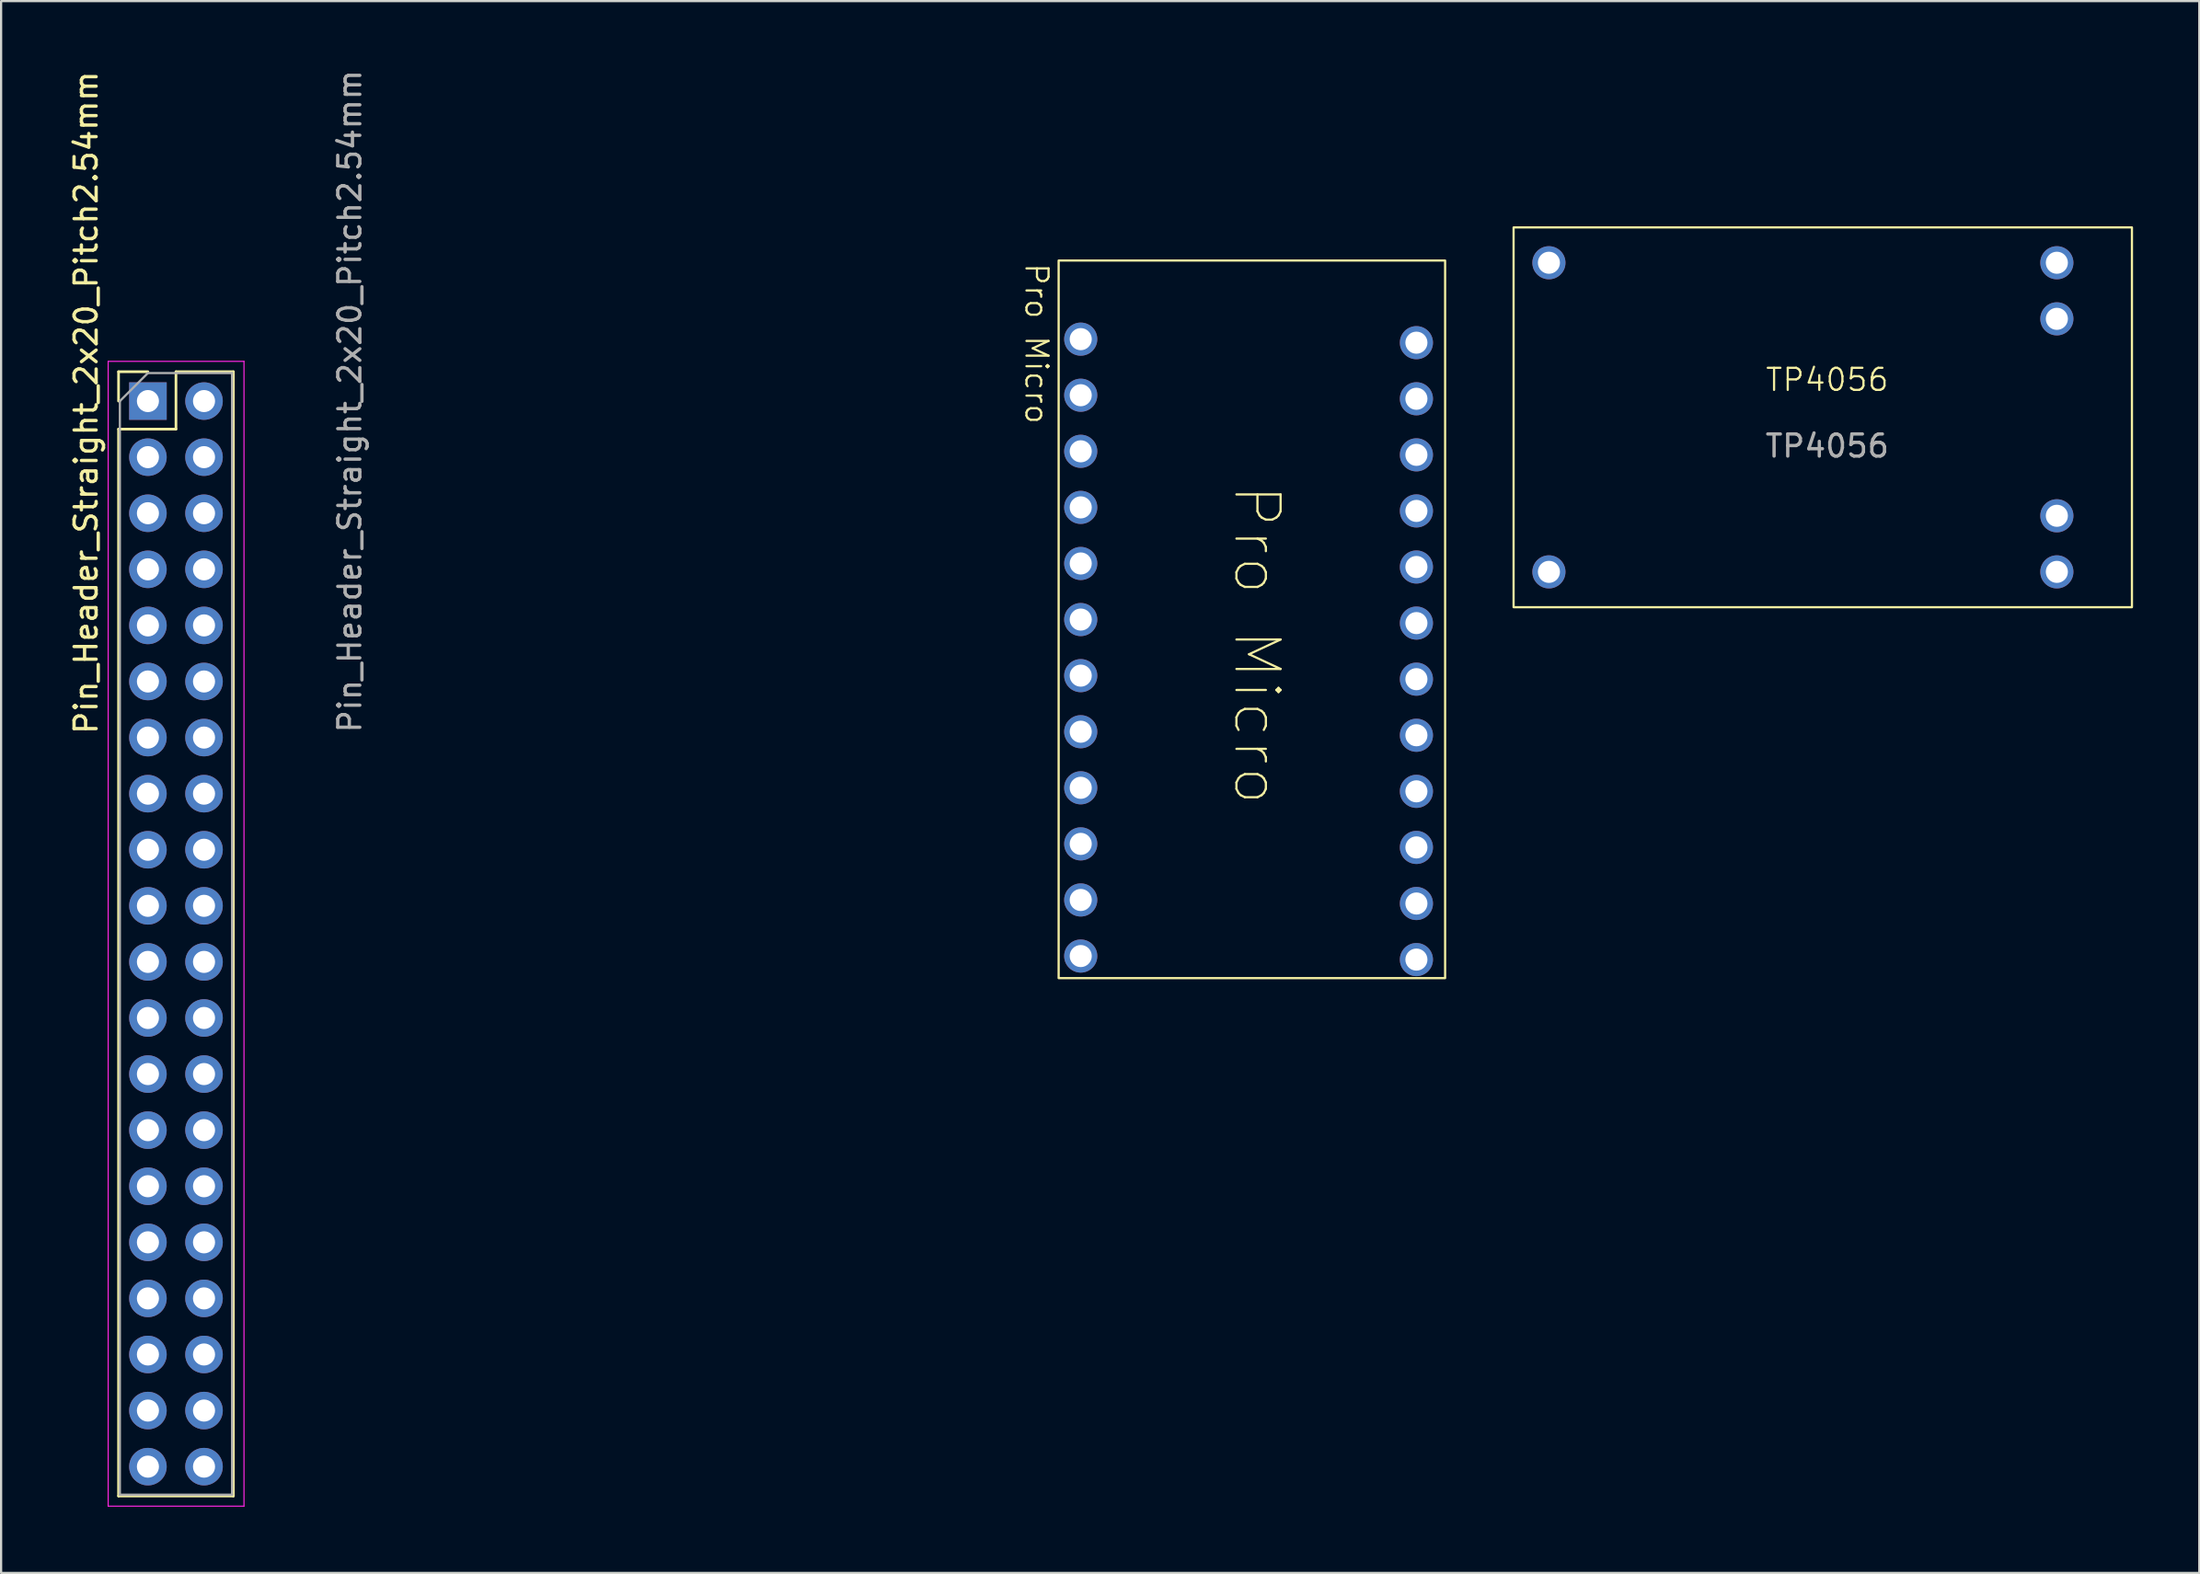
<source format=kicad_pcb>
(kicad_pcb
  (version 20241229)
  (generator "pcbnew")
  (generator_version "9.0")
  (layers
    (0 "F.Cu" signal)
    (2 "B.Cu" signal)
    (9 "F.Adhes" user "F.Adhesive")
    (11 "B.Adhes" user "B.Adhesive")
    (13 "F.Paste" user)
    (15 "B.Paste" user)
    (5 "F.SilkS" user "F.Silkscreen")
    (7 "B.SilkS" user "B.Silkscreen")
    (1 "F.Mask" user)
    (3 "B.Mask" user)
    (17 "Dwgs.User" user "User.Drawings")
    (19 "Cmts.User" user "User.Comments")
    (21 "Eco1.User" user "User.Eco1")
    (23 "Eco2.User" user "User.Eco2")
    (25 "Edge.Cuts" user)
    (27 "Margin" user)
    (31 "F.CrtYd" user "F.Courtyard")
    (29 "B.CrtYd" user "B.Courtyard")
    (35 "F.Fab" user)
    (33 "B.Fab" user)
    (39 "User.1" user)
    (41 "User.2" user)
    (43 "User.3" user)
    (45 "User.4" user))
  (footprint "Pin_Header_Straight_2x20_Pitch2.54mm"
    (layer "F.Cu")
    (at 3.648 15.115)
    (property "Reference" "Pin_Header_Straight_2x20_Pitch2.54mm" (at -2.8 0.07 270) (layer "F.SilkS") (effects (font (size 1 1) (thickness 0.15))))
    (attr through_hole)
    (fp_line (start -1.33 -1.33) (end 0 -1.33) (stroke (width 0.12) (type solid)) (layer "F.SilkS"))
    (fp_line (start -1.33 0) (end -1.33 -1.33) (stroke (width 0.12) (type solid)) (layer "F.SilkS"))
    (fp_line (start -1.33 1.27) (end -1.33 49.59) (stroke (width 0.12) (type solid)) (layer "F.SilkS"))
    (fp_line (start -1.33 1.27) (end 1.27 1.27) (stroke (width 0.12) (type solid)) (layer "F.SilkS"))
    (fp_line (start -1.33 49.59) (end 3.87 49.59) (stroke (width 0.12) (type solid)) (layer "F.SilkS"))
    (fp_line (start 1.27 -1.33) (end 3.87 -1.33) (stroke (width 0.12) (type solid)) (layer "F.SilkS"))
    (fp_line (start 1.27 1.27) (end 1.27 -1.33) (stroke (width 0.12) (type solid)) (layer "F.SilkS"))
    (fp_line (start 3.87 -1.33) (end 3.87 49.59) (stroke (width 0.12) (type solid)) (layer "F.SilkS"))
    (fp_line (start -1.8 -1.8) (end -1.8 50.05) (stroke (width 0.05) (type solid)) (layer "F.CrtYd"))
    (fp_line (start -1.8 50.05) (end 4.35 50.05) (stroke (width 0.05) (type solid)) (layer "F.CrtYd"))
    (fp_line (start 4.35 -1.8) (end -1.8 -1.8) (stroke (width 0.05) (type solid)) (layer "F.CrtYd"))
    (fp_line (start 4.35 50.05) (end 4.35 -1.8) (stroke (width 0.05) (type solid)) (layer "F.CrtYd"))
    (fp_line (start -1.27 0) (end 0 -1.27) (stroke (width 0.1) (type solid)) (layer "F.Fab"))
    (fp_line (start -1.27 49.53) (end -1.27 0) (stroke (width 0.1) (type solid)) (layer "F.Fab"))
    (fp_line (start 0 -1.27) (end 3.81 -1.27) (stroke (width 0.1) (type solid)) (layer "F.Fab"))
    (fp_line (start 3.81 -1.27) (end 3.81 49.53) (stroke (width 0.1) (type solid)) (layer "F.Fab"))
    (fp_line (start 3.81 49.53) (end -1.27 49.53) (stroke (width 0.1) (type solid)) (layer "F.Fab"))
    (fp_text user "${REFERENCE}" (at 9.14 0.01 270) (layer "F.Fab") (effects (font (size 1 1) (thickness 0.15))))
    (pad "1" thru_hole rect (at 0 0) (size 1.7 1.7) (drill 1) (layers "*.Cu" "*.Mask"))
    (pad "2" thru_hole oval (at 2.54 0) (size 1.7 1.7) (drill 1) (layers "*.Cu" "*.Mask"))
    (pad "3" thru_hole oval (at 0 2.54) (size 1.7 1.7) (drill 1) (layers "*.Cu" "*.Mask"))
    (pad "4" thru_hole oval (at 2.54 2.54) (size 1.7 1.7) (drill 1) (layers "*.Cu" "*.Mask"))
    (pad "5" thru_hole oval (at 0 5.08) (size 1.7 1.7) (drill 1) (layers "*.Cu" "*.Mask"))
    (pad "6" thru_hole oval (at 2.54 5.08) (size 1.7 1.7) (drill 1) (layers "*.Cu" "*.Mask"))
    (pad "7" thru_hole oval (at 0 7.62) (size 1.7 1.7) (drill 1) (layers "*.Cu" "*.Mask"))
    (pad "8" thru_hole oval (at 2.54 7.62) (size 1.7 1.7) (drill 1) (layers "*.Cu" "*.Mask"))
    (pad "9" thru_hole oval (at 0 10.16) (size 1.7 1.7) (drill 1) (layers "*.Cu" "*.Mask"))
    (pad "10" thru_hole oval (at 2.54 10.16) (size 1.7 1.7) (drill 1) (layers "*.Cu" "*.Mask"))
    (pad "11" thru_hole oval (at 0 12.7) (size 1.7 1.7) (drill 1) (layers "*.Cu" "*.Mask"))
    (pad "12" thru_hole oval (at 2.54 12.7) (size 1.7 1.7) (drill 1) (layers "*.Cu" "*.Mask"))
    (pad "13" thru_hole oval (at 0 15.24) (size 1.7 1.7) (drill 1) (layers "*.Cu" "*.Mask"))
    (pad "14" thru_hole oval (at 2.54 15.24) (size 1.7 1.7) (drill 1) (layers "*.Cu" "*.Mask"))
    (pad "15" thru_hole oval (at 0 17.78) (size 1.7 1.7) (drill 1) (layers "*.Cu" "*.Mask"))
    (pad "16" thru_hole oval (at 2.54 17.78) (size 1.7 1.7) (drill 1) (layers "*.Cu" "*.Mask"))
    (pad "17" thru_hole oval (at 0 20.32) (size 1.7 1.7) (drill 1) (layers "*.Cu" "*.Mask"))
    (pad "18" thru_hole oval (at 2.54 20.32) (size 1.7 1.7) (drill 1) (layers "*.Cu" "*.Mask"))
    (pad "19" thru_hole oval (at 0 22.86) (size 1.7 1.7) (drill 1) (layers "*.Cu" "*.Mask"))
    (pad "20" thru_hole oval (at 2.54 22.86) (size 1.7 1.7) (drill 1) (layers "*.Cu" "*.Mask"))
    (pad "21" thru_hole oval (at 0 25.4) (size 1.7 1.7) (drill 1) (layers "*.Cu" "*.Mask"))
    (pad "22" thru_hole oval (at 2.54 25.4) (size 1.7 1.7) (drill 1) (layers "*.Cu" "*.Mask"))
    (pad "23" thru_hole oval (at 0 27.94) (size 1.7 1.7) (drill 1) (layers "*.Cu" "*.Mask"))
    (pad "24" thru_hole oval (at 2.54 27.94) (size 1.7 1.7) (drill 1) (layers "*.Cu" "*.Mask"))
    (pad "25" thru_hole oval (at 0 30.48) (size 1.7 1.7) (drill 1) (layers "*.Cu" "*.Mask"))
    (pad "26" thru_hole oval (at 2.54 30.48) (size 1.7 1.7) (drill 1) (layers "*.Cu" "*.Mask"))
    (pad "27" thru_hole oval (at 0 33.02) (size 1.7 1.7) (drill 1) (layers "*.Cu" "*.Mask"))
    (pad "28" thru_hole oval (at 2.54 33.02) (size 1.7 1.7) (drill 1) (layers "*.Cu" "*.Mask"))
    (pad "29" thru_hole oval (at 0 35.56) (size 1.7 1.7) (drill 1) (layers "*.Cu" "*.Mask"))
    (pad "30" thru_hole oval (at 2.54 35.56) (size 1.7 1.7) (drill 1) (layers "*.Cu" "*.Mask"))
    (pad "31" thru_hole oval (at 0 38.1) (size 1.7 1.7) (drill 1) (layers "*.Cu" "*.Mask"))
    (pad "32" thru_hole oval (at 2.54 38.1) (size 1.7 1.7) (drill 1) (layers "*.Cu" "*.Mask"))
    (pad "33" thru_hole oval (at 0 40.64) (size 1.7 1.7) (drill 1) (layers "*.Cu" "*.Mask"))
    (pad "34" thru_hole oval (at 2.54 40.64) (size 1.7 1.7) (drill 1) (layers "*.Cu" "*.Mask"))
    (pad "35" thru_hole oval (at 0 43.18) (size 1.7 1.7) (drill 1) (layers "*.Cu" "*.Mask"))
    (pad "36" thru_hole oval (at 2.54 43.18) (size 1.7 1.7) (drill 1) (layers "*.Cu" "*.Mask"))
    (pad "37" thru_hole oval (at 0 45.72) (size 1.7 1.7) (drill 1) (layers "*.Cu" "*.Mask"))
    (pad "38" thru_hole oval (at 2.54 45.72) (size 1.7 1.7) (drill 1) (layers "*.Cu" "*.Mask"))
    (pad "39" thru_hole oval (at 0 48.26) (size 1.7 1.7) (drill 1) (layers "*.Cu" "*.Mask"))
    (pad "40" thru_hole oval (at 2.54 48.26) (size 1.7 1.7) (drill 1) (layers "*.Cu" "*.Mask")))
  (footprint "Pro Micro"
    (layer "F.Cu")
    (at 16.887 0.25)
    (property "Reference" "Pro Micro" (at 27 12.26 270) (unlocked yes) (layer "F.SilkS") (effects (font (size 1 1) (thickness 0.1))))
    (attr smd)
    (fp_rect (start 28 8.5) (end 45.5 41) (stroke (width 0.1) (type default)) (fill no) (layer "F.SilkS"))
    (fp_text user "Pro Micro" (at 35.8 18.55 270) (unlocked yes) (layer "F.SilkS") (effects (font (size 2 2) (thickness 0.1)) (justify left bottom)))
    (pad "1" thru_hole circle (at 29 40) (size 1.5 1.5) (drill 1) (layers "*.Cu" "*.Mask"))
    (pad "2" thru_hole circle (at 29 37.46) (size 1.5 1.5) (drill 1) (layers "*.Cu" "*.Mask"))
    (pad "3" thru_hole circle (at 29 34.92) (size 1.5 1.5) (drill 1) (layers "*.Cu" "*.Mask"))
    (pad "4" thru_hole circle (at 29 32.38) (size 1.5 1.5) (drill 1) (layers "*.Cu" "*.Mask"))
    (pad "5" thru_hole circle (at 29 29.84) (size 1.5 1.5) (drill 1) (layers "*.Cu" "*.Mask"))
    (pad "6" thru_hole circle (at 29 27.3) (size 1.5 1.5) (drill 1) (layers "*.Cu" "*.Mask"))
    (pad "7" thru_hole circle (at 29 24.76) (size 1.5 1.5) (drill 1) (layers "*.Cu" "*.Mask"))
    (pad "8" thru_hole circle (at 29 22.22) (size 1.5 1.5) (drill 1) (layers "*.Cu" "*.Mask"))
    (pad "9" thru_hole circle (at 29 19.68) (size 1.5 1.5) (drill 1) (layers "*.Cu" "*.Mask"))
    (pad "10" thru_hole circle (at 29 17.14) (size 1.5 1.5) (drill 1) (layers "*.Cu" "*.Mask"))
    (pad "11" thru_hole circle (at 29 14.6) (size 1.5 1.5) (drill 1) (layers "*.Cu" "*.Mask"))
    (pad "12" thru_hole circle (at 29 12.06) (size 1.5 1.5) (drill 1) (layers "*.Cu" "*.Mask"))
    (pad "13" thru_hole circle (at 44.2 12.22) (size 1.5 1.5) (drill 1) (layers "*.Cu" "*.Mask"))
    (pad "14" thru_hole circle (at 44.2 14.76) (size 1.5 1.5) (drill 1) (layers "*.Cu" "*.Mask"))
    (pad "15" thru_hole circle (at 44.2 17.3) (size 1.5 1.5) (drill 1) (layers "*.Cu" "*.Mask"))
    (pad "16" thru_hole circle (at 44.2 19.84) (size 1.5 1.5) (drill 1) (layers "*.Cu" "*.Mask"))
    (pad "17" thru_hole circle (at 44.2 22.38) (size 1.5 1.5) (drill 1) (layers "*.Cu" "*.Mask"))
    (pad "18" thru_hole circle (at 44.2 24.92) (size 1.5 1.5) (drill 1) (layers "*.Cu" "*.Mask"))
    (pad "19" thru_hole circle (at 44.2 27.46) (size 1.5 1.5) (drill 1) (layers "*.Cu" "*.Mask"))
    (pad "20" thru_hole circle (at 44.2 30) (size 1.5 1.5) (drill 1) (layers "*.Cu" "*.Mask"))
    (pad "21" thru_hole circle (at 44.2 32.54) (size 1.5 1.5) (drill 1) (layers "*.Cu" "*.Mask"))
    (pad "22" thru_hole circle (at 44.2 35.08) (size 1.5 1.5) (drill 1) (layers "*.Cu" "*.Mask"))
    (pad "23" thru_hole circle (at 44.2 37.62) (size 1.5 1.5) (drill 1) (layers "*.Cu" "*.Mask"))
    (pad "24" thru_hole circle (at 44.2 40.16) (size 1.5 1.5) (drill 1) (layers "*.Cu" "*.Mask")))
  (footprint "TP4056"
    (layer "F.Cu")
    (at 85.487 0.25)
    (property "Reference" "TP4056" (at -5.8 13.9 0) (unlocked yes) (layer "F.SilkS") (effects (font (size 1 1) (thickness 0.1))))
    (attr smd)
    (fp_rect (start -20 7) (end 8 24.2) (stroke (width 0.1) (type default)) (fill no) (layer "F.SilkS"))
    (fp_text user "${REFERENCE}" (at -5.8 16.9 0) (unlocked yes) (layer "F.Fab") (effects (font (size 1 1) (thickness 0.15))))
    (pad "1" thru_hole circle (at -18.4 8.6) (size 1.5 1.5) (drill 1) (layers "*.Cu" "*.Mask"))
    (pad "2" thru_hole circle (at -18.4 22.6) (size 1.5 1.5) (drill 1) (layers "*.Cu" "*.Mask"))
    (pad "3" thru_hole circle (at 4.6 8.6) (size 1.5 1.5) (drill 1) (layers "*.Cu" "*.Mask"))
    (pad "4" thru_hole circle (at 4.6 11.14) (size 1.5 1.5) (drill 1) (layers "*.Cu" "*.Mask"))
    (pad "5" thru_hole circle (at 4.6 20.06) (size 1.5 1.5) (drill 1) (layers "*.Cu" "*.Mask"))
    (pad "6" thru_hole circle (at 4.6 22.6) (size 1.5 1.5) (drill 1) (layers "*.Cu" "*.Mask")))
  (gr_rect
    (start -3 -3)
    (end 96.537 68.19)
    (stroke (width 0.1) (type default))
    (fill no)
    (layer "Edge.Cuts")))
</source>
